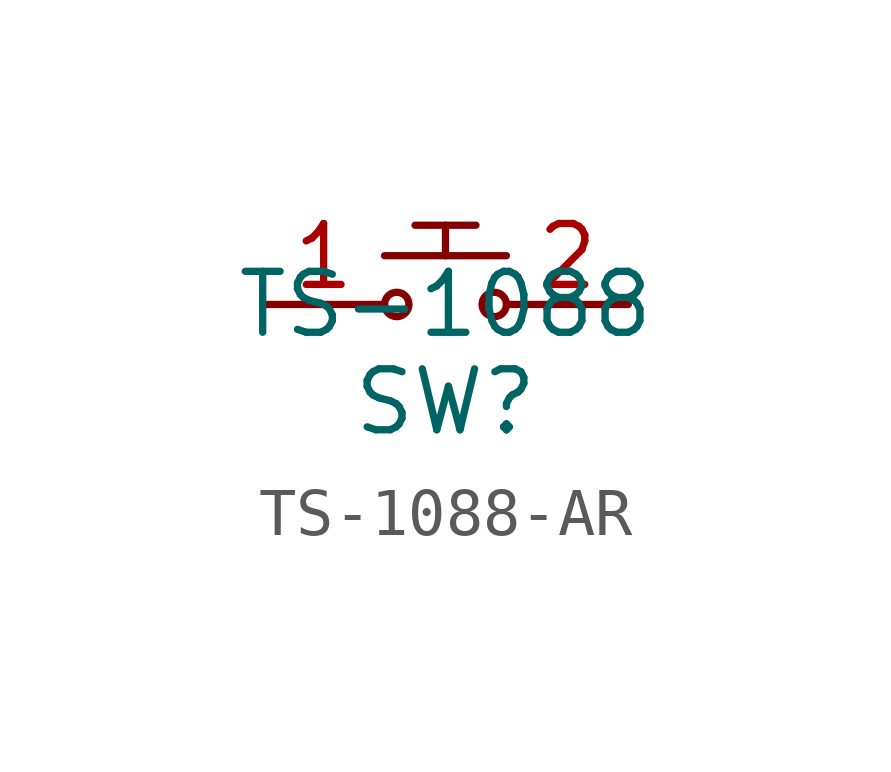
<source format=kicad_sym>
(kicad_symbol_lib
  (version 20241209)
  (generator "kicad_symbol_editor")
  (generator_version "9.0")
  (symbol "TS-1088-AR"
    (property "Reference" "SW"
      (at 0 -2.032 0)
      (effects (font (size 1.27 1.27))))
    (property "Value" "TS-1088"
      (at 0 0 0)
      (effects (font (size 1.27 1.27))))
    (symbol "TS-1088-AR_0_0"
      (pin bidirectional line (at 3.81 0 180) (length 2.54) (name "" (effects (font (size 1.27 1.27)))) (number "2" (effects (font (size 1.27 1.27))))))
    (symbol "TS-1088-AR_0_1"
      (polyline (pts (xy -1.27 1.016) (xy 1.27 1.016)) (stroke (width 0) (type default)) (fill (type none)))
      (circle (center -1.016 0) (radius 0.254) (stroke (width 0) (type default)) (fill (type none)))
      (polyline (pts (xy -0.635 1.651) (xy 0.635 1.651)) (stroke (width 0) (type default)) (fill (type none)))
      (polyline (pts (xy 0 1.016) (xy 0 1.651)) (stroke (width 0) (type default)) (fill (type none)))
      (circle (center 1.016 0) (radius 0.254) (stroke (width 0) (type default)) (fill (type none))))
    (symbol "TS-1088-AR_1_0"
      (pin bidirectional line (at -3.81 0 0) (length 2.54) (name "" (effects (font (size 1.27 1.27)))) (number "1" (effects (font (size 1.27 1.27))))))))
</source>
